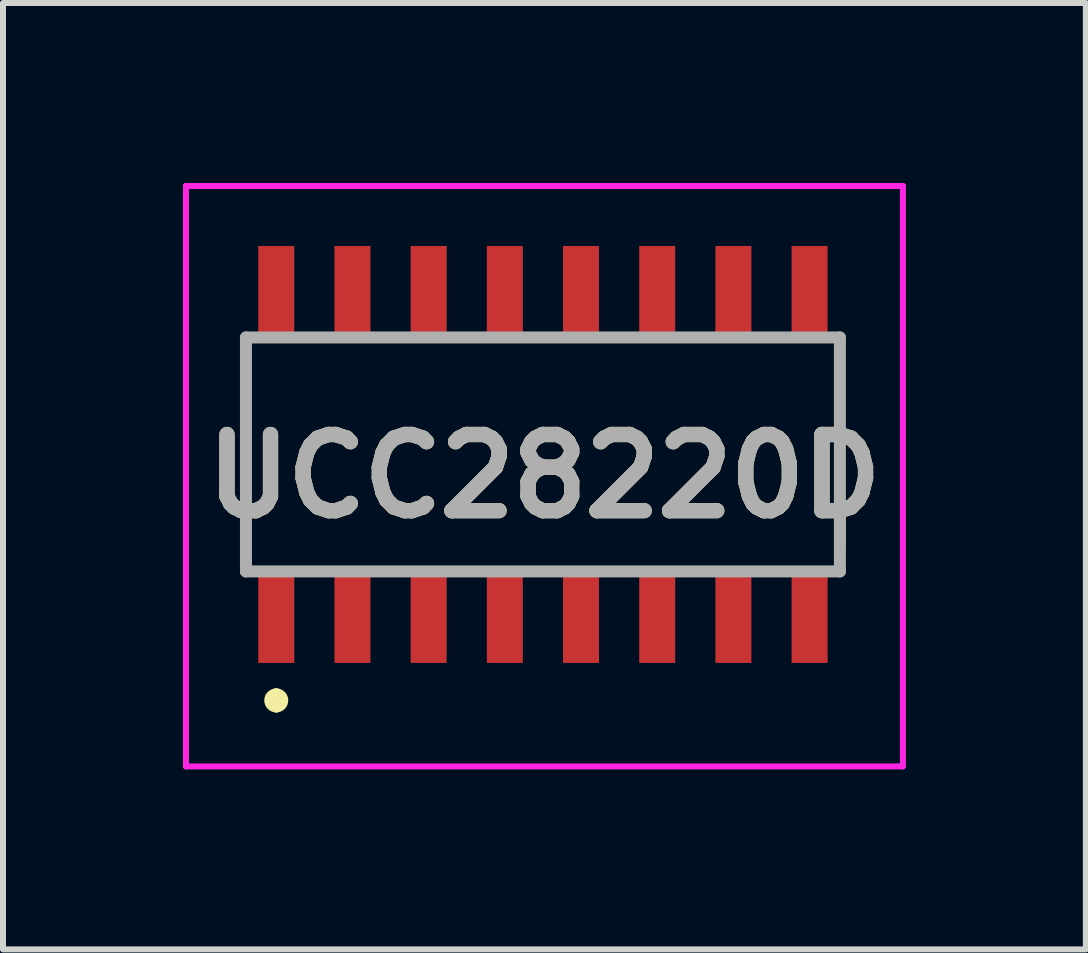
<source format=kicad_pcb>
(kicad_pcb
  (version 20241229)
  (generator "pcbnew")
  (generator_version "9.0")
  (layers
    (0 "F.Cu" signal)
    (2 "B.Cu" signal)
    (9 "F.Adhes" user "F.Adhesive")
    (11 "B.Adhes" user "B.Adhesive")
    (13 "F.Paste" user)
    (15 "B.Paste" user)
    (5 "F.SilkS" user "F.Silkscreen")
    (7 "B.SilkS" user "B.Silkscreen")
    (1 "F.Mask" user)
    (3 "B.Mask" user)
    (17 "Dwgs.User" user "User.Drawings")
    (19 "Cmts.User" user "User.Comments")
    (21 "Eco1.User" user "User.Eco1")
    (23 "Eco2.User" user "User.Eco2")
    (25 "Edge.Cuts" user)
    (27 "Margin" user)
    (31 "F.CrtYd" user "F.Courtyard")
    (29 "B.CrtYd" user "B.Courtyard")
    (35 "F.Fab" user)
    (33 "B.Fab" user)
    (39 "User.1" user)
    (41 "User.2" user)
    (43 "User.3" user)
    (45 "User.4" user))
  (footprint "UCC28220D"
    (layer "F.Cu")
    (at 6 4.525)
    (property "Reference" "UCC28220D" (at 0.025 0.363 0) (layer "F.SilkS") (effects (font (size 1.27 1.27) (thickness 0.254))))
    (attr smd)
    (fp_line (start -4.95 -1.5) (end -4.95 1.5) (stroke (width 0.1) (type solid)) (layer "F.SilkS"))
    (fp_line (start -4.445 4) (end -4.445 4) (stroke (width 0.2) (type solid)) (layer "F.SilkS"))
    (fp_line (start -4.445 4.2) (end -4.445 4.2) (stroke (width 0.2) (type solid)) (layer "F.SilkS"))
    (fp_line (start 4.95 -1.5) (end 5 1.5) (stroke (width 0.1) (type solid)) (layer "F.SilkS"))
    (fp_arc (start -4.445 4) (mid -4.345 4.1) (end -4.445 4.2) (stroke (width 0.2) (type solid)) (layer "F.SilkS"))
    (fp_arc (start -4.445 4.2) (mid -4.545 4.1) (end -4.445 4) (stroke (width 0.2) (type solid)) (layer "F.SilkS"))
    (fp_line (start -5.95 -4.475) (end 6 -4.475) (stroke (width 0.1) (type solid)) (layer "F.CrtYd"))
    (fp_line (start -5.95 5.2) (end -5.95 -4.475) (stroke (width 0.1) (type solid)) (layer "F.CrtYd"))
    (fp_line (start 6 -4.475) (end 6 5.2) (stroke (width 0.1) (type solid)) (layer "F.CrtYd"))
    (fp_line (start 6 5.2) (end -5.95 5.2) (stroke (width 0.1) (type solid)) (layer "F.CrtYd"))
    (fp_line (start -4.95 -1.95) (end 4.95 -1.95) (stroke (width 0.2) (type solid)) (layer "F.Fab"))
    (fp_line (start -4.95 1.95) (end -4.95 -1.95) (stroke (width 0.2) (type solid)) (layer "F.Fab"))
    (fp_line (start 4.95 -1.95) (end 4.95 1.95) (stroke (width 0.2) (type solid)) (layer "F.Fab"))
    (fp_line (start 4.95 1.95) (end -4.95 1.95) (stroke (width 0.2) (type solid)) (layer "F.Fab"))
    (fp_text user "${REFERENCE}" (at 0.025 0.363 0) (layer "F.Fab") (effects (font (size 1.27 1.27) (thickness 0.254))))
    (pad "1" smd rect (at -4.445 2.7) (size 0.6 1.55) (layers "F.Cu" "F.Mask" "F.Paste"))
    (pad "2" smd rect (at -3.175 2.7) (size 0.6 1.55) (layers "F.Cu" "F.Mask" "F.Paste"))
    (pad "3" smd rect (at -1.905 2.7) (size 0.6 1.55) (layers "F.Cu" "F.Mask" "F.Paste"))
    (pad "4" smd rect (at -0.635 2.7) (size 0.6 1.55) (layers "F.Cu" "F.Mask" "F.Paste"))
    (pad "5" smd rect (at 0.635 2.7) (size 0.6 1.55) (layers "F.Cu" "F.Mask" "F.Paste"))
    (pad "6" smd rect (at 1.905 2.7) (size 0.6 1.55) (layers "F.Cu" "F.Mask" "F.Paste"))
    (pad "7" smd rect (at 3.175 2.7) (size 0.6 1.55) (layers "F.Cu" "F.Mask" "F.Paste"))
    (pad "8" smd rect (at 4.445 2.7) (size 0.6 1.55) (layers "F.Cu" "F.Mask" "F.Paste"))
    (pad "9" smd rect (at 4.445 -2.7) (size 0.6 1.55) (layers "F.Cu" "F.Mask" "F.Paste"))
    (pad "10" smd rect (at 3.175 -2.7) (size 0.6 1.55) (layers "F.Cu" "F.Mask" "F.Paste"))
    (pad "11" smd rect (at 1.905 -2.7) (size 0.6 1.55) (layers "F.Cu" "F.Mask" "F.Paste"))
    (pad "12" smd rect (at 0.635 -2.7) (size 0.6 1.55) (layers "F.Cu" "F.Mask" "F.Paste"))
    (pad "13" smd rect (at -0.635 -2.7) (size 0.6 1.55) (layers "F.Cu" "F.Mask" "F.Paste"))
    (pad "14" smd rect (at -1.905 -2.7) (size 0.6 1.55) (layers "F.Cu" "F.Mask" "F.Paste"))
    (pad "15" smd rect (at -3.175 -2.7) (size 0.6 1.55) (layers "F.Cu" "F.Mask" "F.Paste"))
    (pad "16" smd rect (at -4.445 -2.7) (size 0.6 1.55) (layers "F.Cu" "F.Mask" "F.Paste")))
  (gr_rect
    (start -3 -3)
    (end 15.05 12.775)
    (stroke (width 0.1) (type default))
    (fill no)
    (layer "Edge.Cuts")))
</source>
